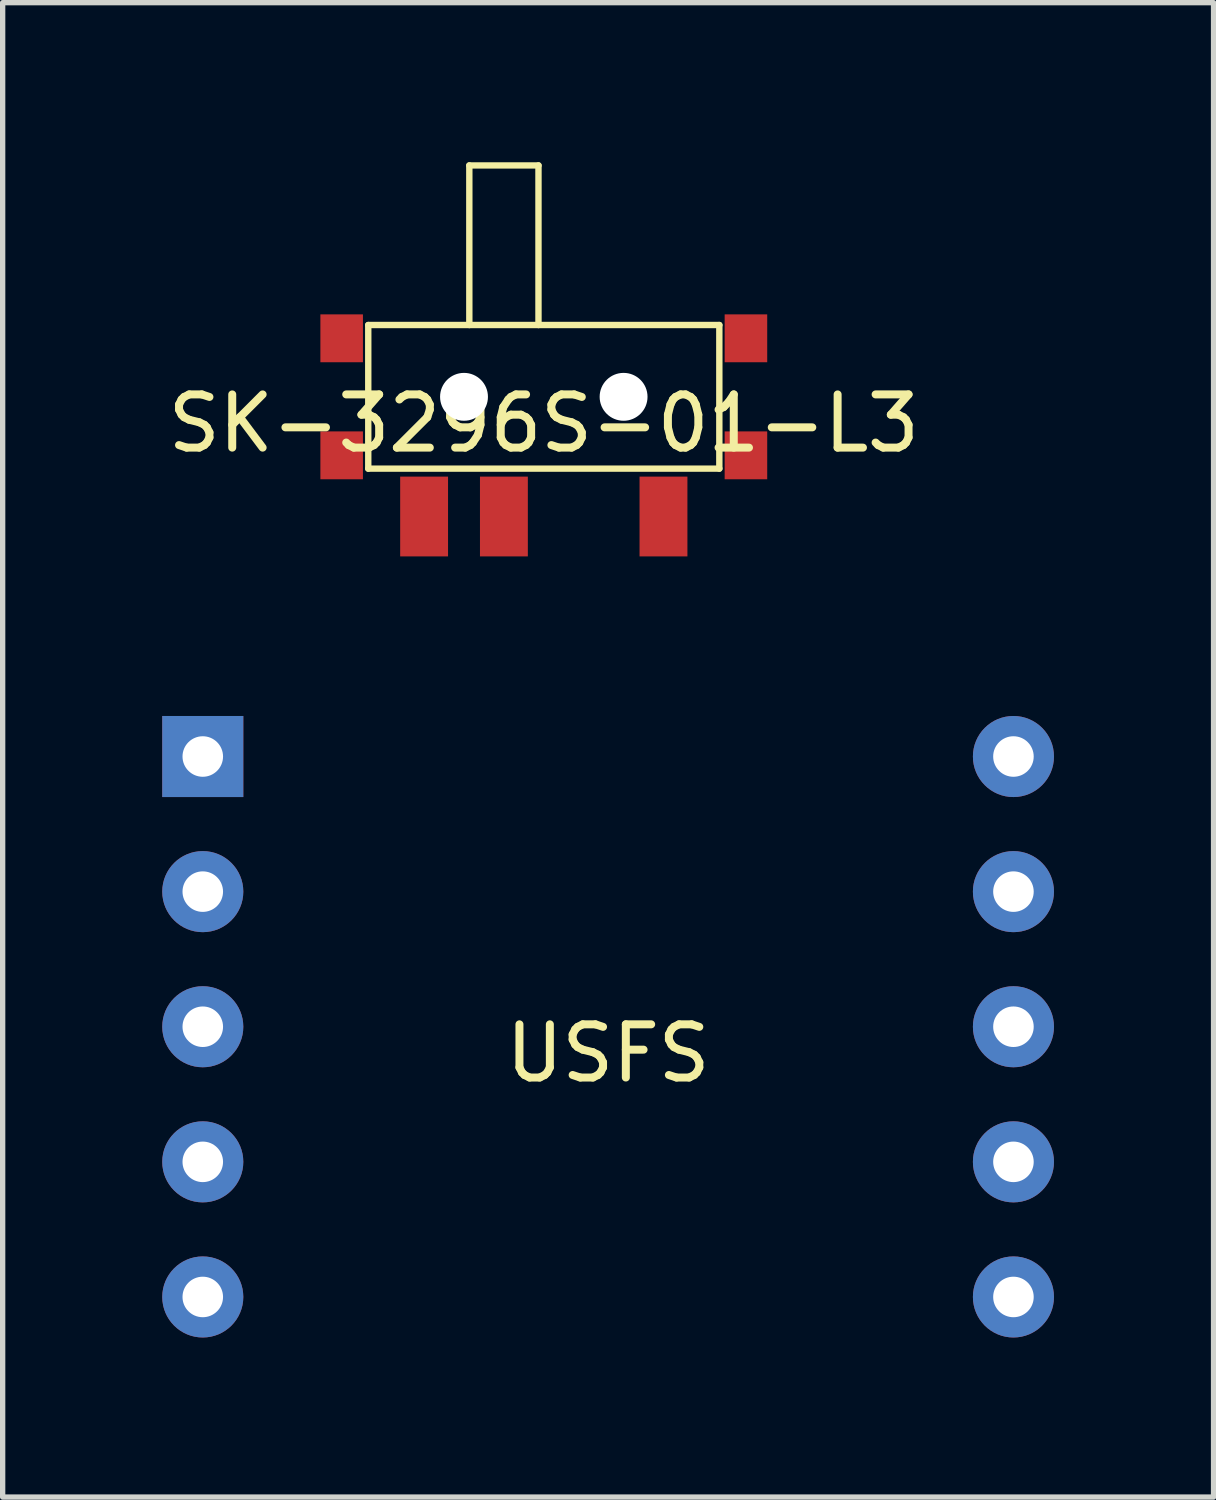
<source format=kicad_pcb>
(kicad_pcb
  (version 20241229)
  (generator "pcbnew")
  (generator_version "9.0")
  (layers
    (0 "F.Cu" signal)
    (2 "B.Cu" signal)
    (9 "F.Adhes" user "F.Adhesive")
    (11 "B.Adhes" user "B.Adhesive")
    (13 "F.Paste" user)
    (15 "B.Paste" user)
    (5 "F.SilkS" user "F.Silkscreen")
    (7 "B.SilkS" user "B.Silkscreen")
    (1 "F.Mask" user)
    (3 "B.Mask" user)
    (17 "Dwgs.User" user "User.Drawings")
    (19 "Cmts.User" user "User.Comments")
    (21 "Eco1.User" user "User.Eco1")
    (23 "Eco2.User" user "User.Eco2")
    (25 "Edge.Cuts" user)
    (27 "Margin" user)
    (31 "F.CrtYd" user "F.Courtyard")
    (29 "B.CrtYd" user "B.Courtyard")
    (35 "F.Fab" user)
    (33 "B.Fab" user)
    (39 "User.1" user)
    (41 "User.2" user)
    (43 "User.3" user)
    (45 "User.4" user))
  (footprint "USFS"
    (layer "F.Cu")
    (at 8.382 16.252)
    (property "Reference" "USFS" (at 0 0.5 0) (layer "F.SilkS") (effects (font (size 1 1) (thickness 0.15))))
    (attr through_hole)
    (pad "1" thru_hole rect (at -7.62 -5.08) (size 1.524 1.524) (drill 0.762) (layers "*.Cu" "*.Mask"))
    (pad "2" thru_hole circle (at -7.62 -2.54) (size 1.524 1.524) (drill 0.762) (layers "*.Cu" "*.Mask"))
    (pad "3" thru_hole circle (at -7.62 0) (size 1.524 1.524) (drill 0.762) (layers "*.Cu" "*.Mask"))
    (pad "4" thru_hole circle (at -7.62 2.54) (size 1.524 1.524) (drill 0.762) (layers "*.Cu" "*.Mask"))
    (pad "5" thru_hole circle (at -7.62 5.08) (size 1.524 1.524) (drill 0.762) (layers "*.Cu" "*.Mask"))
    (pad "6" thru_hole circle (at 7.62 5.08) (size 1.524 1.524) (drill 0.762) (layers "*.Cu" "*.Mask"))
    (pad "7" thru_hole circle (at 7.62 2.54) (size 1.524 1.524) (drill 0.762) (layers "*.Cu" "*.Mask"))
    (pad "8" thru_hole circle (at 7.62 0) (size 1.524 1.524) (drill 0.762) (layers "*.Cu" "*.Mask"))
    (pad "9" thru_hole circle (at 7.62 -2.54) (size 1.524 1.524) (drill 0.762) (layers "*.Cu" "*.Mask"))
    (pad "10" thru_hole circle (at 7.62 -5.08) (size 1.524 1.524) (drill 0.762) (layers "*.Cu" "*.Mask")))
  (footprint "SK-3296S-01-L3"
    (layer "F.Cu")
    (at 7.173 4.41)
    (property "Reference" "SK-3296S-01-L3" (at 0 0.5 0) (layer "F.SilkS") (effects (font (size 1 1) (thickness 0.15))))
    (attr through_hole)
    (fp_line (start -3.3 -1.35) (end -3.3 1.35) (stroke (width 0.12) (type solid)) (layer "F.SilkS"))
    (fp_line (start -3.3 -1.35) (end 3.3 -1.35) (stroke (width 0.12) (type solid)) (layer "F.SilkS"))
    (fp_line (start -1.4 -4.35) (end -1.4 -1.35) (stroke (width 0.12) (type solid)) (layer "F.SilkS"))
    (fp_line (start -1.4 -4.35) (end -0.1 -4.35) (stroke (width 0.12) (type solid)) (layer "F.SilkS"))
    (fp_line (start -0.1 -1.35) (end -0.1 -4.35) (stroke (width 0.12) (type solid)) (layer "F.SilkS"))
    (fp_line (start 3.3 1.35) (end -3.3 1.35) (stroke (width 0.12) (type solid)) (layer "F.SilkS"))
    (fp_line (start 3.3 1.35) (end 3.3 -1.35) (stroke (width 0.12) (type solid)) (layer "F.SilkS"))
    (pad "" np_thru_hole circle (at -1.5 0) (size 0.9 0.9) (drill 0.9) (layers "*.Cu" "*.Mask"))
    (pad "" np_thru_hole circle (at 1.5 0) (size 0.9 0.9) (drill 0.9) (layers "*.Cu" "*.Mask"))
    (pad "1" smd rect (at 2.25 2.25) (size 0.9 1.5) (layers "F.Cu" "F.Mask" "F.Paste"))
    (pad "2" smd rect (at -0.75 2.25) (size 0.9 1.5) (layers "F.Cu" "F.Mask" "F.Paste"))
    (pad "3" smd rect (at -2.25 2.25) (size 0.9 1.5) (layers "F.Cu" "F.Mask" "F.Paste"))
    (pad "4" smd rect (at -3.8 -1.1) (size 0.8 0.9) (layers "F.Cu" "F.Mask" "F.Paste"))
    (pad "4" smd rect (at -3.8 1.1) (size 0.8 0.9) (layers "F.Cu" "F.Mask" "F.Paste"))
    (pad "4" smd rect (at 3.8 -1.1) (size 0.8 0.9) (layers "F.Cu" "F.Mask" "F.Paste"))
    (pad "4" smd rect (at 3.8 1.1) (size 0.8 0.9) (layers "F.Cu" "F.Mask" "F.Paste")))
  (gr_rect
    (start -3 -3)
    (end 19.764 25.094)
    (stroke (width 0.1) (type default))
    (fill no)
    (layer "Edge.Cuts")))
</source>
